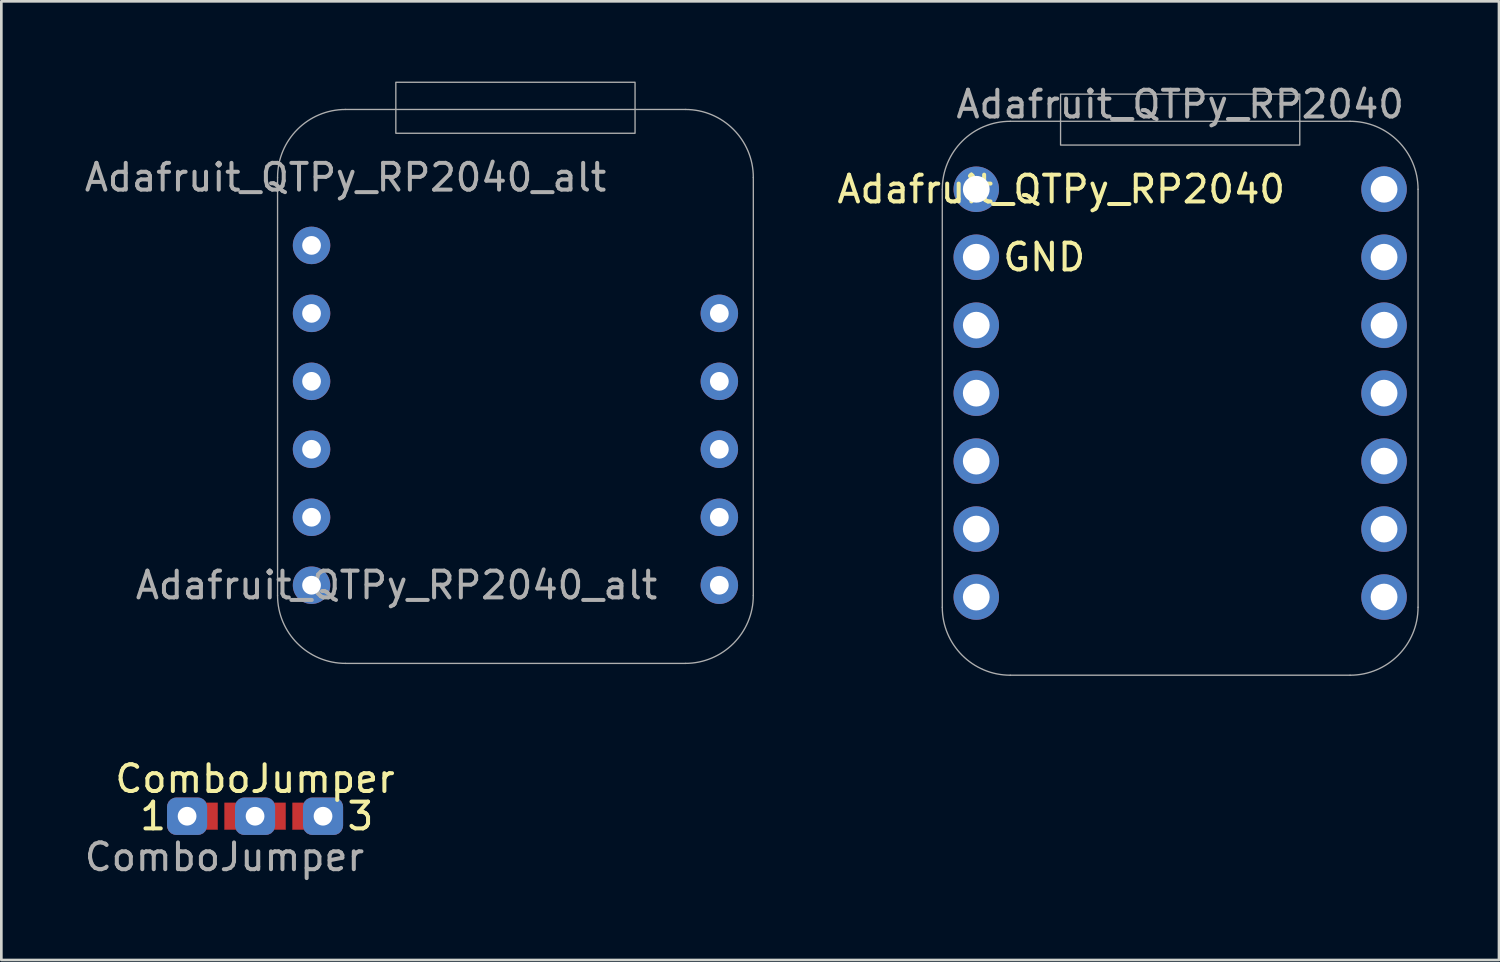
<source format=kicad_pcb>
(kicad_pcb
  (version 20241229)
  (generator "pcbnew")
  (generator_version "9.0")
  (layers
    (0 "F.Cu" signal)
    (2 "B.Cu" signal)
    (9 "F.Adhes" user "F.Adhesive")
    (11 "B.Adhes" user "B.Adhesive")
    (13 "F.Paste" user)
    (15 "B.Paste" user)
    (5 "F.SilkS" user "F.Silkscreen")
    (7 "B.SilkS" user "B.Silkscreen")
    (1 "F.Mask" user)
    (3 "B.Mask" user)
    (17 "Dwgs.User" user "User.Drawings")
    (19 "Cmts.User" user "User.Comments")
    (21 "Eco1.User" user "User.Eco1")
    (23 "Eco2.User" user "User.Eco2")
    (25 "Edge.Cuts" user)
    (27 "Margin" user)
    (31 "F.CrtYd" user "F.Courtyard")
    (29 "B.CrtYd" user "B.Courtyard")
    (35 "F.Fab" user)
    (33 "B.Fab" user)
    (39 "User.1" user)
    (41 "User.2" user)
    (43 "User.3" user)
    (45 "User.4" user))
  (footprint "Adafruit_QTPy_RP2040"
    (layer "F.Cu")
    (at 33.435 4.023)
    (property "Reference" "Adafruit_QTPy_RP2040" (at 3.175 0 0) (unlocked yes) (layer "F.SilkS") (effects (font (size 1 1) (thickness 0.15))))
    (attr through_hole)
    (fp_line (start -1.27 15.621) (end -1.27 0) (stroke (width 0.05) (type solid)) (layer "F.Fab"))
    (fp_line (start 1.27 -2.54) (end 13.97 -2.54) (stroke (width 0.05) (type solid)) (layer "F.Fab"))
    (fp_line (start 13.97 18.161) (end 1.27 18.161) (stroke (width 0.05) (type solid)) (layer "F.Fab"))
    (fp_line (start 16.51 0) (end 16.51 15.621) (stroke (width 0.05) (type solid)) (layer "F.Fab"))
    (fp_rect (start 3.15 -3.556) (end 12.09 -1.651) (stroke (width 0.05) (type solid)) (fill no) (layer "F.Fab"))
    (fp_arc (start -1.27 0) (mid -0.526051 -1.796051) (end 1.27 -2.54) (stroke (width 0.05) (type solid)) (layer "F.Fab"))
    (fp_arc (start 1.27 18.161) (mid -0.526051 17.417051) (end -1.27 15.621) (stroke (width 0.05) (type solid)) (layer "F.Fab"))
    (fp_arc (start 13.97 -2.54) (mid 15.766051 -1.796051) (end 16.51 0) (stroke (width 0.05) (type solid)) (layer "F.Fab"))
    (fp_arc (start 16.51 15.621) (mid 15.766051 17.417051) (end 13.97 18.161) (stroke (width 0.05) (type solid)) (layer "F.Fab"))
    (fp_text user "GND" (at 2.54 2.54 0) (unlocked yes) (layer "F.SilkS") (effects (font (size 1 1) (thickness 0.15))))
    (fp_text user "${REFERENCE}" (at 7.62 -3.175 0) (unlocked yes) (layer "F.Fab") (effects (font (size 1 1) (thickness 0.15))))
    (pad "1" thru_hole circle (at 0 0) (size 1.7 1.7) (drill 1) (layers "*.Cu" "*.Mask"))
    (pad "2" thru_hole circle (at 0 2.54) (size 1.7 1.7) (drill 1) (layers "*.Cu" "*.Mask"))
    (pad "3" thru_hole circle (at 0 5.08) (size 1.7 1.7) (drill 1) (layers "*.Cu" "*.Mask"))
    (pad "4" thru_hole circle (at 0 7.62) (size 1.7 1.7) (drill 1) (layers "*.Cu" "*.Mask"))
    (pad "5" thru_hole circle (at 0 10.16) (size 1.7 1.7) (drill 1) (layers "*.Cu" "*.Mask"))
    (pad "6" thru_hole circle (at 0 12.7) (size 1.7 1.7) (drill 1) (layers "*.Cu" "*.Mask"))
    (pad "7" thru_hole circle (at 0 15.24) (size 1.7 1.7) (drill 1) (layers "*.Cu" "*.Mask"))
    (pad "8" thru_hole circle (at 15.24 15.24) (size 1.7 1.7) (drill 1) (layers "*.Cu" "*.Mask"))
    (pad "9" thru_hole circle (at 15.24 12.7) (size 1.7 1.7) (drill 1) (layers "*.Cu" "*.Mask"))
    (pad "10" thru_hole circle (at 15.24 10.16) (size 1.7 1.7) (drill 1) (layers "*.Cu" "*.Mask"))
    (pad "11" thru_hole circle (at 15.24 7.62) (size 1.7 1.7) (drill 1) (layers "*.Cu" "*.Mask"))
    (pad "12" thru_hole circle (at 15.24 5.08) (size 1.7 1.7) (drill 1) (layers "*.Cu" "*.Mask"))
    (pad "13" thru_hole circle (at 15.24 2.54) (size 1.7 1.7) (drill 1) (layers "*.Cu" "*.Mask"))
    (pad "14" thru_hole circle (at 15.24 0) (size 1.7 1.7) (drill 1) (layers "*.Cu" "*.Mask")))
  (footprint "Adafruit_QTPy_RP2040_alt"
    (layer "F.Cu")
    (at 8.593 3.581)
    (property "Reference" "Adafruit_QTPy_RP2040_alt" (at 3.175 15.24 0) (unlocked yes) (layer "F.Fab") (effects (font (size 1 1) (thickness 0.15))))
    (attr through_hole)
    (fp_line (start -1.27 15.621) (end -1.27 0) (stroke (width 0.05) (type solid)) (layer "F.Fab"))
    (fp_line (start 1.27 -2.54) (end 13.97 -2.54) (stroke (width 0.05) (type solid)) (layer "F.Fab"))
    (fp_line (start 13.97 18.161) (end 1.27 18.161) (stroke (width 0.05) (type solid)) (layer "F.Fab"))
    (fp_line (start 16.51 0) (end 16.51 15.621) (stroke (width 0.05) (type solid)) (layer "F.Fab"))
    (fp_rect (start 3.15 -3.556) (end 12.09 -1.651) (stroke (width 0.05) (type solid)) (fill no) (layer "F.Fab"))
    (fp_arc (start -1.27 0) (mid -0.526051 -1.796051) (end 1.27 -2.54) (stroke (width 0.05) (type solid)) (layer "F.Fab"))
    (fp_arc (start 1.27 18.161) (mid -0.526051 17.417051) (end -1.27 15.621) (stroke (width 0.05) (type solid)) (layer "F.Fab"))
    (fp_arc (start 13.97 -2.54) (mid 15.766051 -1.796051) (end 16.51 0) (stroke (width 0.05) (type solid)) (layer "F.Fab"))
    (fp_arc (start 16.51 15.621) (mid 15.766051 17.417051) (end 13.97 18.161) (stroke (width 0.05) (type solid)) (layer "F.Fab"))
    (fp_text user "${REFERENCE}" (at 1.27 0 0) (unlocked yes) (layer "F.Fab") (effects (font (size 1 1) (thickness 0.15))))
    (pad "2" thru_hole circle (at 0 2.54) (size 1.4 1.4) (drill 0.7) (layers "*.Cu" "*.Mask"))
    (pad "3" thru_hole circle (at 0 5.08) (size 1.4 1.4) (drill 0.7) (layers "*.Cu" "*.Mask"))
    (pad "4" thru_hole circle (at 0 7.62) (size 1.4 1.4) (drill 0.7) (layers "*.Cu" "*.Mask"))
    (pad "5" thru_hole circle (at 0 10.16) (size 1.4 1.4) (drill 0.7) (layers "*.Cu" "*.Mask"))
    (pad "6" thru_hole circle (at 0 12.7) (size 1.4 1.4) (drill 0.7) (layers "*.Cu" "*.Mask"))
    (pad "7" thru_hole circle (at 0 15.24) (size 1.4 1.4) (drill 0.7) (layers "*.Cu" "*.Mask"))
    (pad "8" thru_hole circle (at 15.24 15.24) (size 1.4 1.4) (drill 0.7) (layers "*.Cu" "*.Mask"))
    (pad "9" thru_hole circle (at 15.24 12.7) (size 1.4 1.4) (drill 0.7) (layers "*.Cu" "*.Mask"))
    (pad "10" thru_hole circle (at 15.24 10.16) (size 1.4 1.4) (drill 0.7) (layers "*.Cu" "*.Mask"))
    (pad "11" thru_hole circle (at 15.24 7.62) (size 1.4 1.4) (drill 0.7) (layers "*.Cu" "*.Mask"))
    (pad "12" thru_hole circle (at 15.24 5.08) (size 1.4 1.4) (drill 0.7) (layers "*.Cu" "*.Mask")))
  (footprint "ComboJumper"
    (layer "F.Cu")
    (at 6.482 27.454)
    (property "Reference" "ComboJumper" (at 0 -1.397 0) (unlocked yes) (layer "F.SilkS") (effects (font (size 1 1) (thickness 0.15))))
    (attr through_hole)
    (fp_rect (start -2.016 -0.5) (end -1.397 0.5) (stroke (width 0.01) (type solid)) (fill yes) (layer "F.Cu"))
    (fp_rect (start -1.143 -0.5) (end -0.524 0.5) (stroke (width 0.01) (type solid)) (fill yes) (layer "F.Cu"))
    (fp_rect (start 0.524 -0.5) (end 1.143 0.5) (stroke (width 0.01) (type solid)) (fill yes) (layer "F.Cu"))
    (fp_rect (start 1.397 -0.5) (end 2.016 0.5) (stroke (width 0.01) (type solid)) (fill yes) (layer "F.Cu"))
    (fp_rect (start -2.016 -0.5) (end -0.508 0.5) (stroke (width 0.01) (type solid)) (fill yes) (layer "F.Mask"))
    (fp_rect (start 0.516 -0.508) (end 2.024 0.492) (stroke (width 0.01) (type solid)) (fill yes) (layer "F.Mask"))
    (fp_text user "1" (at -3.81 0 0) (unlocked yes) (layer "F.SilkS") (effects (font (size 1 1) (thickness 0.15))))
    (fp_text user "3" (at 3.937 0 0) (unlocked yes) (layer "F.SilkS") (effects (font (size 1 1) (thickness 0.15))))
    (fp_text user "${REFERENCE}" (at -1.143 1.524 0) (unlocked yes) (layer "F.Fab") (effects (font (size 1 1) (thickness 0.15))))
    (pad "1" thru_hole roundrect (at -2.54 0 90) (size 1.4 1.5) (drill 0.7) (layers "*.Cu" "*.Mask") (roundrect_rratio 0.25))
    (pad "2" thru_hole roundrect (at 0 0 90) (size 1.4 1.5) (drill 0.7) (layers "*.Cu" "*.Mask") (roundrect_rratio 0.25))
    (pad "3" thru_hole roundrect (at 2.54 0 90) (size 1.4 1.5) (drill 0.7) (layers "*.Cu" "*.Mask") (roundrect_rratio 0.25)))
  (gr_rect
    (start -3 -3)
    (end 52.97 32.827)
    (stroke (width 0.1) (type default))
    (fill no)
    (layer "Edge.Cuts")))
</source>
